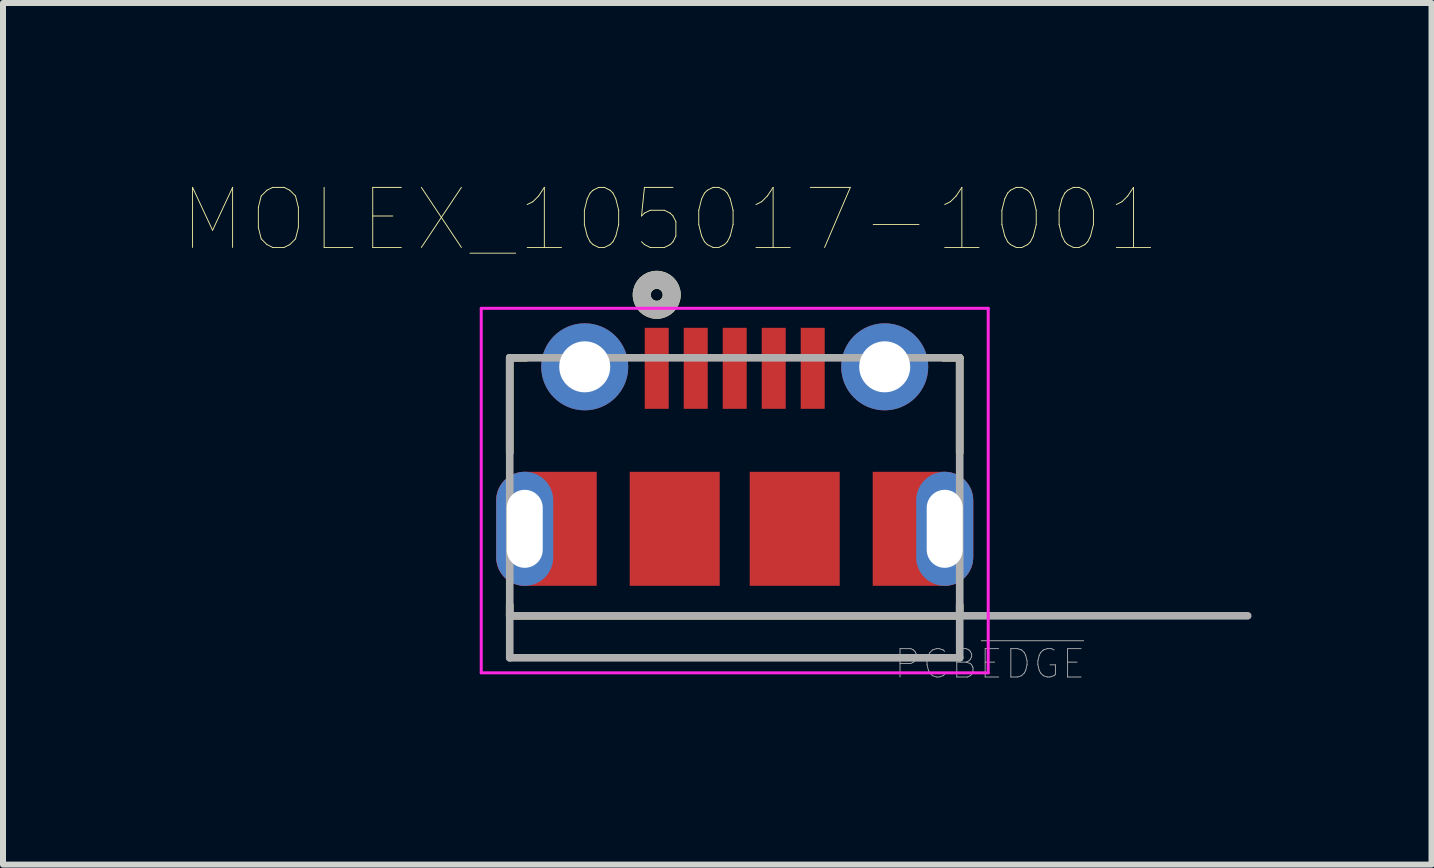
<source format=kicad_pcb>
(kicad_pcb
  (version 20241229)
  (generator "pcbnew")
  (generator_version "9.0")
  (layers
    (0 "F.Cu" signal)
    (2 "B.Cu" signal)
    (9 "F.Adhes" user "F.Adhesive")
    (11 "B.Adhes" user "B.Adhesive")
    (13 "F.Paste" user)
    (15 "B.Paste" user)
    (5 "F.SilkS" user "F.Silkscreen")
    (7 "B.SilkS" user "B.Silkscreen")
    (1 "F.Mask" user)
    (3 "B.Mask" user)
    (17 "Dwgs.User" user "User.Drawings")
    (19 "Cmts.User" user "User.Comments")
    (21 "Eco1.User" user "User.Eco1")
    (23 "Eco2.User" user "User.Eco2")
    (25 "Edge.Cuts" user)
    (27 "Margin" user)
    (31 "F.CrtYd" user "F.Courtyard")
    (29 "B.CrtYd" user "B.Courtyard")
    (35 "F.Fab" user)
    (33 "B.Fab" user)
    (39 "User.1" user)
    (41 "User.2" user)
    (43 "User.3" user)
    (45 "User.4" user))
  (footprint "MOLEX_105017-1001"
    (layer "F.Cu")
    (at 9.196 5.764)
    (property "Reference" "MOLEX_105017-1001" (at -1.076 -5.152 0) (layer "F.SilkS") (effects (font (size 1.001 1.001) (thickness 0.015))))
    (attr through_hole)
    (fp_poly (pts (xy -3.5 -0.95) (xy -2.3 -0.95) (xy -2.3 0.95) (xy -3.5 0.95) (xy -3.525 0.949) (xy -3.55 0.947) (xy -3.574 0.944) (xy -3.599 0.94) (xy -3.623 0.934) (xy -3.647 0.927) (xy -3.67 0.918) (xy -3.693 0.909) (xy -3.716 0.898) (xy -3.737 0.886) (xy -3.759 0.873) (xy -3.779 0.859) (xy -3.799 0.844) (xy -3.818 0.828) (xy -3.836 0.811) (xy -3.853 0.793) (xy -3.869 0.774) (xy -3.884 0.754) (xy -3.898 0.734) (xy -3.911 0.713) (xy -3.923 0.691) (xy -3.934 0.668) (xy -3.943 0.645) (xy -3.952 0.622) (xy -3.959 0.598) (xy -3.965 0.574) (xy -3.969 0.549) (xy -3.972 0.525) (xy -3.974 0.5) (xy -3.975 0.475) (xy -3.975 -0.475) (xy -3.974 -0.5) (xy -3.972 -0.525) (xy -3.969 -0.549) (xy -3.965 -0.574) (xy -3.959 -0.598) (xy -3.952 -0.622) (xy -3.943 -0.645) (xy -3.934 -0.668) (xy -3.923 -0.691) (xy -3.911 -0.713) (xy -3.898 -0.734) (xy -3.884 -0.754) (xy -3.869 -0.774) (xy -3.853 -0.793) (xy -3.836 -0.811) (xy -3.818 -0.828) (xy -3.799 -0.844) (xy -3.779 -0.859) (xy -3.759 -0.873) (xy -3.737 -0.886) (xy -3.716 -0.898) (xy -3.693 -0.909) (xy -3.67 -0.918) (xy -3.647 -0.927) (xy -3.623 -0.934) (xy -3.599 -0.94) (xy -3.574 -0.944) (xy -3.55 -0.947) (xy -3.525 -0.949) (xy -3.5 -0.95)) (stroke (width 0.0001) (type solid)) (fill yes) (layer "F.Cu"))
    (fp_poly (pts (xy 3.5 -0.95) (xy 2.3 -0.95) (xy 2.3 0.95) (xy 3.5 0.95) (xy 3.525 0.949) (xy 3.55 0.947) (xy 3.574 0.944) (xy 3.599 0.94) (xy 3.623 0.934) (xy 3.647 0.927) (xy 3.67 0.918) (xy 3.693 0.909) (xy 3.716 0.898) (xy 3.737 0.886) (xy 3.759 0.873) (xy 3.779 0.859) (xy 3.799 0.844) (xy 3.818 0.828) (xy 3.836 0.811) (xy 3.853 0.793) (xy 3.869 0.774) (xy 3.884 0.754) (xy 3.898 0.734) (xy 3.911 0.713) (xy 3.923 0.691) (xy 3.934 0.668) (xy 3.943 0.645) (xy 3.952 0.622) (xy 3.959 0.598) (xy 3.965 0.574) (xy 3.969 0.549) (xy 3.972 0.525) (xy 3.974 0.5) (xy 3.975 0.475) (xy 3.975 -0.475) (xy 3.974 -0.5) (xy 3.972 -0.525) (xy 3.969 -0.549) (xy 3.965 -0.574) (xy 3.959 -0.598) (xy 3.952 -0.622) (xy 3.943 -0.645) (xy 3.934 -0.668) (xy 3.923 -0.691) (xy 3.911 -0.713) (xy 3.898 -0.734) (xy 3.884 -0.754) (xy 3.869 -0.774) (xy 3.853 -0.793) (xy 3.836 -0.811) (xy 3.818 -0.828) (xy 3.799 -0.844) (xy 3.779 -0.859) (xy 3.759 -0.873) (xy 3.737 -0.886) (xy 3.716 -0.898) (xy 3.693 -0.909) (xy 3.67 -0.918) (xy 3.647 -0.927) (xy 3.623 -0.934) (xy 3.599 -0.94) (xy 3.574 -0.944) (xy 3.55 -0.947) (xy 3.525 -0.949) (xy 3.5 -0.95)) (stroke (width 0.0001) (type solid)) (fill yes) (layer "F.Cu"))
    (fp_poly (pts (xy -3.5 -1.05) (xy -2.2 -1.05) (xy -2.2 1.05) (xy -3.5 1.05) (xy -3.53 1.049) (xy -3.56 1.047) (xy -3.59 1.043) (xy -3.62 1.037) (xy -3.649 1.03) (xy -3.678 1.022) (xy -3.706 1.012) (xy -3.734 1) (xy -3.761 0.987) (xy -3.788 0.973) (xy -3.813 0.957) (xy -3.838 0.94) (xy -3.862 0.922) (xy -3.885 0.902) (xy -3.907 0.882) (xy -3.927 0.86) (xy -3.947 0.837) (xy -3.965 0.813) (xy -3.982 0.788) (xy -3.998 0.762) (xy -4.012 0.736) (xy -4.025 0.709) (xy -4.037 0.681) (xy -4.047 0.653) (xy -4.055 0.624) (xy -4.062 0.595) (xy -4.068 0.565) (xy -4.072 0.535) (xy -4.074 0.505) (xy -4.075 0.475) (xy -4.075 -0.475) (xy -4.074 -0.505) (xy -4.072 -0.535) (xy -4.068 -0.565) (xy -4.062 -0.595) (xy -4.055 -0.624) (xy -4.047 -0.653) (xy -4.037 -0.681) (xy -4.025 -0.709) (xy -4.012 -0.736) (xy -3.998 -0.762) (xy -3.982 -0.788) (xy -3.965 -0.813) (xy -3.947 -0.837) (xy -3.927 -0.86) (xy -3.907 -0.882) (xy -3.885 -0.902) (xy -3.862 -0.922) (xy -3.838 -0.94) (xy -3.813 -0.957) (xy -3.788 -0.973) (xy -3.761 -0.987) (xy -3.734 -1) (xy -3.706 -1.012) (xy -3.678 -1.022) (xy -3.649 -1.03) (xy -3.62 -1.037) (xy -3.59 -1.043) (xy -3.56 -1.047) (xy -3.53 -1.049) (xy -3.5 -1.05)) (stroke (width 0.0001) (type solid)) (fill yes) (layer "F.Mask"))
    (fp_poly (pts (xy 3.5 -1.05) (xy 2.2 -1.05) (xy 2.2 1.05) (xy 3.5 1.05) (xy 3.53 1.049) (xy 3.56 1.047) (xy 3.59 1.043) (xy 3.62 1.037) (xy 3.649 1.03) (xy 3.678 1.022) (xy 3.706 1.012) (xy 3.734 1) (xy 3.761 0.987) (xy 3.788 0.973) (xy 3.813 0.957) (xy 3.838 0.94) (xy 3.862 0.922) (xy 3.885 0.902) (xy 3.907 0.882) (xy 3.927 0.86) (xy 3.947 0.837) (xy 3.965 0.813) (xy 3.982 0.788) (xy 3.998 0.762) (xy 4.012 0.736) (xy 4.025 0.709) (xy 4.037 0.681) (xy 4.047 0.653) (xy 4.055 0.624) (xy 4.062 0.595) (xy 4.068 0.565) (xy 4.072 0.535) (xy 4.074 0.505) (xy 4.075 0.475) (xy 4.075 -0.475) (xy 4.074 -0.505) (xy 4.072 -0.535) (xy 4.068 -0.565) (xy 4.062 -0.595) (xy 4.055 -0.624) (xy 4.047 -0.653) (xy 4.037 -0.681) (xy 4.025 -0.709) (xy 4.012 -0.736) (xy 3.998 -0.762) (xy 3.982 -0.788) (xy 3.965 -0.813) (xy 3.947 -0.837) (xy 3.927 -0.86) (xy 3.907 -0.882) (xy 3.885 -0.902) (xy 3.862 -0.922) (xy 3.838 -0.94) (xy 3.813 -0.957) (xy 3.788 -0.973) (xy 3.761 -0.987) (xy 3.734 -1) (xy 3.706 -1.012) (xy 3.678 -1.022) (xy 3.649 -1.03) (xy 3.62 -1.037) (xy 3.59 -1.043) (xy 3.56 -1.047) (xy 3.53 -1.049) (xy 3.5 -1.05)) (stroke (width 0.0001) (type solid)) (fill yes) (layer "F.Mask"))
    (fp_line (start -3.75 -2.85) (end -3.479 -2.85) (stroke (width 0.127) (type solid)) (layer "F.SilkS"))
    (fp_line (start -3.75 -1.27) (end -3.75 -2.85) (stroke (width 0.127) (type solid)) (layer "F.SilkS"))
    (fp_line (start -3.75 1.27) (end -3.75 1.45) (stroke (width 0.127) (type solid)) (layer "F.SilkS"))
    (fp_line (start -3.75 1.45) (end 3.75 1.45) (stroke (width 0.127) (type solid)) (layer "F.SilkS"))
    (fp_line (start 3.75 -2.85) (end 3.479 -2.85) (stroke (width 0.127) (type solid)) (layer "F.SilkS"))
    (fp_line (start 3.75 -1.27) (end 3.75 -2.85) (stroke (width 0.127) (type solid)) (layer "F.SilkS"))
    (fp_line (start 3.75 1.45) (end 3.75 1.27) (stroke (width 0.127) (type solid)) (layer "F.SilkS"))
    (fp_circle (center -1.3 -3.9) (end -1.2 -3.9) (stroke (width 0.3) (type solid)) (fill no) (layer "F.SilkS"))
    (fp_poly (pts (xy -3.5 -0.95) (xy -2.3 -0.95) (xy -2.3 0.95) (xy -3.5 0.95) (xy -3.525 0.949) (xy -3.55 0.947) (xy -3.574 0.944) (xy -3.599 0.94) (xy -3.623 0.934) (xy -3.647 0.927) (xy -3.67 0.918) (xy -3.693 0.909) (xy -3.716 0.898) (xy -3.737 0.886) (xy -3.759 0.873) (xy -3.779 0.859) (xy -3.799 0.844) (xy -3.818 0.828) (xy -3.836 0.811) (xy -3.853 0.793) (xy -3.869 0.774) (xy -3.884 0.754) (xy -3.898 0.734) (xy -3.911 0.713) (xy -3.923 0.691) (xy -3.934 0.668) (xy -3.943 0.645) (xy -3.952 0.622) (xy -3.959 0.598) (xy -3.965 0.574) (xy -3.969 0.549) (xy -3.972 0.525) (xy -3.974 0.5) (xy -3.975 0.475) (xy -3.975 -0.475) (xy -3.974 -0.5) (xy -3.972 -0.525) (xy -3.969 -0.549) (xy -3.965 -0.574) (xy -3.959 -0.598) (xy -3.952 -0.622) (xy -3.943 -0.645) (xy -3.934 -0.668) (xy -3.923 -0.691) (xy -3.911 -0.713) (xy -3.898 -0.734) (xy -3.884 -0.754) (xy -3.869 -0.774) (xy -3.853 -0.793) (xy -3.836 -0.811) (xy -3.818 -0.828) (xy -3.799 -0.844) (xy -3.779 -0.859) (xy -3.759 -0.873) (xy -3.737 -0.886) (xy -3.716 -0.898) (xy -3.693 -0.909) (xy -3.67 -0.918) (xy -3.647 -0.927) (xy -3.623 -0.934) (xy -3.599 -0.94) (xy -3.574 -0.944) (xy -3.55 -0.947) (xy -3.525 -0.949) (xy -3.5 -0.95)) (stroke (width 0.0001) (type solid)) (fill yes) (layer "F.Paste"))
    (fp_poly (pts (xy 3.5 -0.95) (xy 2.3 -0.95) (xy 2.3 0.95) (xy 3.5 0.95) (xy 3.525 0.949) (xy 3.55 0.947) (xy 3.574 0.944) (xy 3.599 0.94) (xy 3.623 0.934) (xy 3.647 0.927) (xy 3.67 0.918) (xy 3.693 0.909) (xy 3.716 0.898) (xy 3.737 0.886) (xy 3.759 0.873) (xy 3.779 0.859) (xy 3.799 0.844) (xy 3.818 0.828) (xy 3.836 0.811) (xy 3.853 0.793) (xy 3.869 0.774) (xy 3.884 0.754) (xy 3.898 0.734) (xy 3.911 0.713) (xy 3.923 0.691) (xy 3.934 0.668) (xy 3.943 0.645) (xy 3.952 0.622) (xy 3.959 0.598) (xy 3.965 0.574) (xy 3.969 0.549) (xy 3.972 0.525) (xy 3.974 0.5) (xy 3.975 0.475) (xy 3.975 -0.475) (xy 3.974 -0.5) (xy 3.972 -0.525) (xy 3.969 -0.549) (xy 3.965 -0.574) (xy 3.959 -0.598) (xy 3.952 -0.622) (xy 3.943 -0.645) (xy 3.934 -0.668) (xy 3.923 -0.691) (xy 3.911 -0.713) (xy 3.898 -0.734) (xy 3.884 -0.754) (xy 3.869 -0.774) (xy 3.853 -0.793) (xy 3.836 -0.811) (xy 3.818 -0.828) (xy 3.799 -0.844) (xy 3.779 -0.859) (xy 3.759 -0.873) (xy 3.737 -0.886) (xy 3.716 -0.898) (xy 3.693 -0.909) (xy 3.67 -0.918) (xy 3.647 -0.927) (xy 3.623 -0.934) (xy 3.599 -0.94) (xy 3.574 -0.944) (xy 3.55 -0.947) (xy 3.525 -0.949) (xy 3.5 -0.95)) (stroke (width 0.0001) (type solid)) (fill yes) (layer "F.Paste"))
    (fp_line (start -4.225 -3.675) (end -4.225 2.4) (stroke (width 0.05) (type solid)) (layer "F.CrtYd"))
    (fp_line (start -4.225 2.4) (end 4.225 2.4) (stroke (width 0.05) (type solid)) (layer "F.CrtYd"))
    (fp_line (start 4.225 -3.675) (end -4.225 -3.675) (stroke (width 0.05) (type solid)) (layer "F.CrtYd"))
    (fp_line (start 4.225 2.4) (end 4.225 -3.675) (stroke (width 0.05) (type solid)) (layer "F.CrtYd"))
    (fp_line (start -3.75 -2.85) (end 3.75 -2.85) (stroke (width 0.127) (type solid)) (layer "F.Fab"))
    (fp_line (start -3.75 1.45) (end -3.75 -2.85) (stroke (width 0.127) (type solid)) (layer "F.Fab"))
    (fp_line (start -3.75 1.45) (end 8.55 1.45) (stroke (width 0.127) (type solid)) (layer "F.Fab"))
    (fp_line (start -3.75 2.15) (end -3.75 1.45) (stroke (width 0.127) (type solid)) (layer "F.Fab"))
    (fp_line (start 3.75 -2.85) (end 3.75 2.15) (stroke (width 0.127) (type solid)) (layer "F.Fab"))
    (fp_line (start 3.75 2.15) (end -3.75 2.15) (stroke (width 0.127) (type solid)) (layer "F.Fab"))
    (fp_circle (center -1.3 -3.9) (end -1.2 -3.9) (stroke (width 0.3) (type solid)) (fill no) (layer "F.Fab"))
    (fp_text user "PCB~{EDGE}" (at 4.253 2.252 0) (layer "F.Fab") (effects (font (size 0.473 0.473) (thickness 0.015))))
    (pad "1" smd rect (at -1.3 -2.675) (size 0.4 1.35) (layers "F.Cu" "F.Mask" "F.Paste"))
    (pad "2" smd rect (at -0.65 -2.675) (size 0.4 1.35) (layers "F.Cu" "F.Mask" "F.Paste"))
    (pad "3" smd rect (at 0 -2.675) (size 0.4 1.35) (layers "F.Cu" "F.Mask" "F.Paste"))
    (pad "4" smd rect (at 0.65 -2.675) (size 0.4 1.35) (layers "F.Cu" "F.Mask" "F.Paste"))
    (pad "5" smd rect (at 1.3 -2.675) (size 0.4 1.35) (layers "F.Cu" "F.Mask" "F.Paste"))
    (pad "S1" thru_hole oval (at -3.5 0) (size 0.95 1.9) (drill oval 0.6 1.3) (layers "*.Cu"))
    (pad "S2" thru_hole oval (at 3.5 0) (size 0.95 1.9) (drill oval 0.6 1.3) (layers "*.Cu"))
    (pad "S3" thru_hole circle (at -2.5 -2.7) (size 1.45 1.45) (drill 0.85) (layers "*.Cu" "*.Mask"))
    (pad "S4" thru_hole circle (at 2.5 -2.7) (size 1.45 1.45) (drill 0.85) (layers "*.Cu" "*.Mask"))
    (pad "S5" smd rect (at -1 0) (size 1.5 1.9) (layers "F.Cu" "F.Mask" "F.Paste"))
    (pad "S6" smd rect (at 1 0) (size 1.5 1.9) (layers "F.Cu" "F.Mask" "F.Paste")))
  (gr_rect
    (start -3 -3)
    (end 20.81 11.361)
    (stroke (width 0.1) (type default))
    (fill no)
    (layer "Edge.Cuts")))
</source>
